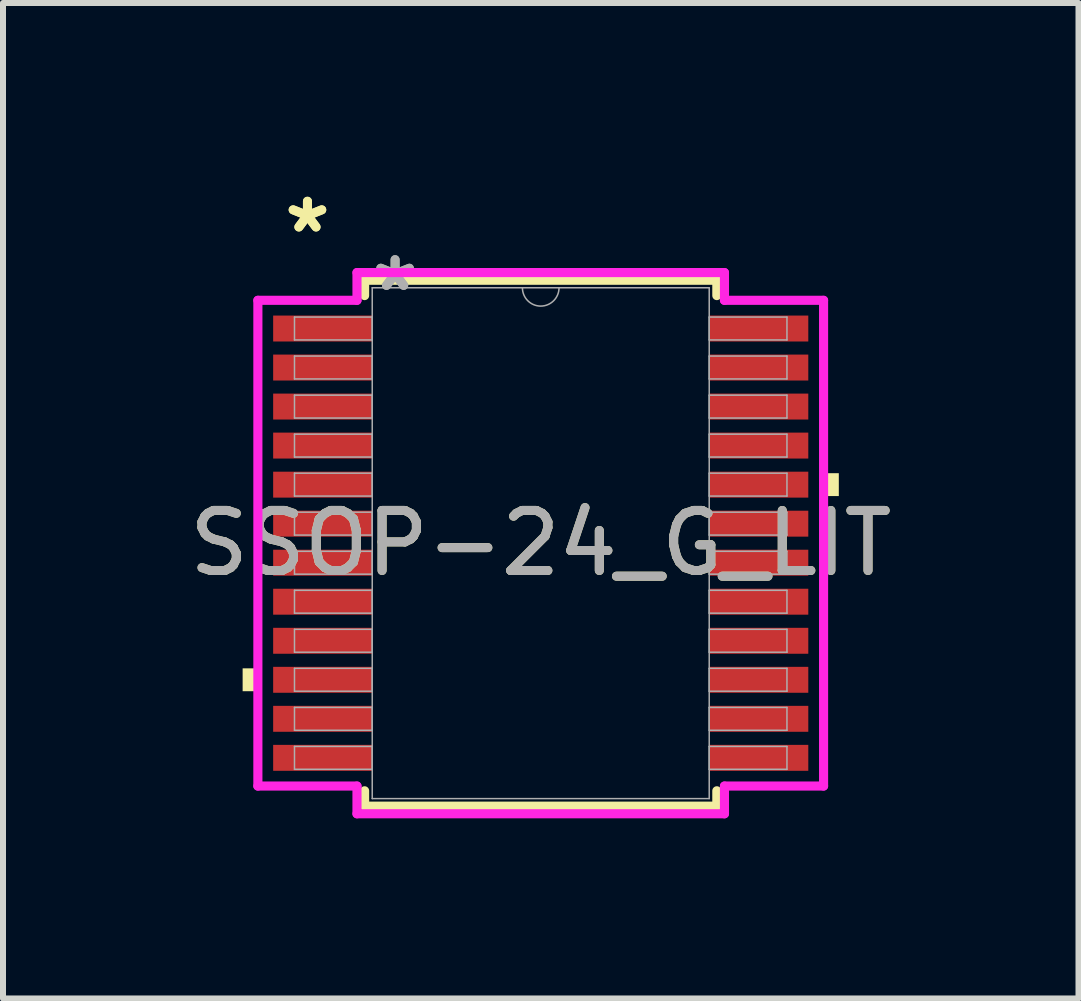
<source format=kicad_pcb>
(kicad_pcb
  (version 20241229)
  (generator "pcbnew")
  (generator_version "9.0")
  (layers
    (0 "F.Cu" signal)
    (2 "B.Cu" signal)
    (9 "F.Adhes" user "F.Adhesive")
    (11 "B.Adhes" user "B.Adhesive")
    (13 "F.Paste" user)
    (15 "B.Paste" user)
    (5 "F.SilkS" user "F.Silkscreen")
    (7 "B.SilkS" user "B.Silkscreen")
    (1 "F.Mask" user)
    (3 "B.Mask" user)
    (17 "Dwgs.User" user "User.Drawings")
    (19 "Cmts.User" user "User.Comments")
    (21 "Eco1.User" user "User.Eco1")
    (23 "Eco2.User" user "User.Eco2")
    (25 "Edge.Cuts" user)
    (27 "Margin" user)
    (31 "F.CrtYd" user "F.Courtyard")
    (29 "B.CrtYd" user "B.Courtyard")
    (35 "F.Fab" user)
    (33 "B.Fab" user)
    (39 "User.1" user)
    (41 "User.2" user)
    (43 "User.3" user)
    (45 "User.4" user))
  (footprint "SSOP-24_G_LIT"
    (layer "F.Cu")
    (at 5.958 5.999)
    (property "Reference" "SSOP-24_G_LIT" (at 0 0 0) (unlocked yes) (layer "F.SilkS") (effects (font (size 1 1) (thickness 0.15))))
    (attr smd)
    (fp_line (start -2.934 -4.381) (end -2.934 -4.125) (stroke (width 0.152) (type solid)) (layer "F.SilkS"))
    (fp_line (start -2.934 4.125) (end -2.934 4.381) (stroke (width 0.152) (type solid)) (layer "F.SilkS"))
    (fp_line (start -2.934 4.381) (end 2.934 4.381) (stroke (width 0.152) (type solid)) (layer "F.SilkS"))
    (fp_line (start 2.934 -4.381) (end -2.934 -4.381) (stroke (width 0.152) (type solid)) (layer "F.SilkS"))
    (fp_line (start 2.934 -4.125) (end 2.934 -4.381) (stroke (width 0.152) (type solid)) (layer "F.SilkS"))
    (fp_line (start 2.934 4.381) (end 2.934 4.125) (stroke (width 0.152) (type solid)) (layer "F.SilkS"))
    (fp_poly (pts (xy -4.966 2.085) (xy -4.966 2.466) (xy -4.712 2.466) (xy -4.712 2.085)) (stroke (width 0) (type solid)) (fill yes) (layer "F.SilkS"))
    (fp_poly (pts (xy 4.966 -1.166) (xy 4.966 -0.785) (xy 4.712 -0.785) (xy 4.712 -1.166)) (stroke (width 0) (type solid)) (fill yes) (layer "F.SilkS"))
    (fp_line (start -4.712 -4.046) (end -3.061 -4.046) (stroke (width 0.152) (type solid)) (layer "F.CrtYd"))
    (fp_line (start -4.712 4.046) (end -4.712 -4.046) (stroke (width 0.152) (type solid)) (layer "F.CrtYd"))
    (fp_line (start -4.712 4.046) (end -3.061 4.046) (stroke (width 0.152) (type solid)) (layer "F.CrtYd"))
    (fp_line (start -3.061 -4.508) (end 3.061 -4.508) (stroke (width 0.152) (type solid)) (layer "F.CrtYd"))
    (fp_line (start -3.061 -4.046) (end -3.061 -4.508) (stroke (width 0.152) (type solid)) (layer "F.CrtYd"))
    (fp_line (start -3.061 4.508) (end -3.061 4.046) (stroke (width 0.152) (type solid)) (layer "F.CrtYd"))
    (fp_line (start 3.061 -4.508) (end 3.061 -4.046) (stroke (width 0.152) (type solid)) (layer "F.CrtYd"))
    (fp_line (start 3.061 4.046) (end 3.061 4.508) (stroke (width 0.152) (type solid)) (layer "F.CrtYd"))
    (fp_line (start 3.061 4.508) (end -3.061 4.508) (stroke (width 0.152) (type solid)) (layer "F.CrtYd"))
    (fp_line (start 4.712 -4.046) (end 3.061 -4.046) (stroke (width 0.152) (type solid)) (layer "F.CrtYd"))
    (fp_line (start 4.712 -4.046) (end 4.712 4.046) (stroke (width 0.152) (type solid)) (layer "F.CrtYd"))
    (fp_line (start 4.712 4.046) (end 3.061 4.046) (stroke (width 0.152) (type solid)) (layer "F.CrtYd"))
    (fp_line (start -4.102 -3.767) (end -4.102 -3.386) (stroke (width 0.025) (type solid)) (layer "F.Fab"))
    (fp_line (start -4.102 -3.386) (end -2.807 -3.386) (stroke (width 0.025) (type solid)) (layer "F.Fab"))
    (fp_line (start -4.102 -3.117) (end -4.102 -2.736) (stroke (width 0.025) (type solid)) (layer "F.Fab"))
    (fp_line (start -4.102 -2.736) (end -2.807 -2.736) (stroke (width 0.025) (type solid)) (layer "F.Fab"))
    (fp_line (start -4.102 -2.466) (end -4.102 -2.085) (stroke (width 0.025) (type solid)) (layer "F.Fab"))
    (fp_line (start -4.102 -2.085) (end -2.807 -2.085) (stroke (width 0.025) (type solid)) (layer "F.Fab"))
    (fp_line (start -4.102 -1.816) (end -4.102 -1.435) (stroke (width 0.025) (type solid)) (layer "F.Fab"))
    (fp_line (start -4.102 -1.435) (end -2.807 -1.435) (stroke (width 0.025) (type solid)) (layer "F.Fab"))
    (fp_line (start -4.102 -1.166) (end -4.102 -0.785) (stroke (width 0.025) (type solid)) (layer "F.Fab"))
    (fp_line (start -4.102 -0.785) (end -2.807 -0.785) (stroke (width 0.025) (type solid)) (layer "F.Fab"))
    (fp_line (start -4.102 -0.516) (end -4.102 -0.135) (stroke (width 0.025) (type solid)) (layer "F.Fab"))
    (fp_line (start -4.102 -0.135) (end -2.807 -0.135) (stroke (width 0.025) (type solid)) (layer "F.Fab"))
    (fp_line (start -4.102 0.135) (end -4.102 0.516) (stroke (width 0.025) (type solid)) (layer "F.Fab"))
    (fp_line (start -4.102 0.516) (end -2.807 0.516) (stroke (width 0.025) (type solid)) (layer "F.Fab"))
    (fp_line (start -4.102 0.785) (end -4.102 1.166) (stroke (width 0.025) (type solid)) (layer "F.Fab"))
    (fp_line (start -4.102 1.166) (end -2.807 1.166) (stroke (width 0.025) (type solid)) (layer "F.Fab"))
    (fp_line (start -4.102 1.435) (end -4.102 1.816) (stroke (width 0.025) (type solid)) (layer "F.Fab"))
    (fp_line (start -4.102 1.816) (end -2.807 1.816) (stroke (width 0.025) (type solid)) (layer "F.Fab"))
    (fp_line (start -4.102 2.085) (end -4.102 2.466) (stroke (width 0.025) (type solid)) (layer "F.Fab"))
    (fp_line (start -4.102 2.466) (end -2.807 2.466) (stroke (width 0.025) (type solid)) (layer "F.Fab"))
    (fp_line (start -4.102 2.736) (end -4.102 3.117) (stroke (width 0.025) (type solid)) (layer "F.Fab"))
    (fp_line (start -4.102 3.117) (end -2.807 3.117) (stroke (width 0.025) (type solid)) (layer "F.Fab"))
    (fp_line (start -4.102 3.386) (end -4.102 3.767) (stroke (width 0.025) (type solid)) (layer "F.Fab"))
    (fp_line (start -4.102 3.767) (end -2.807 3.767) (stroke (width 0.025) (type solid)) (layer "F.Fab"))
    (fp_line (start -2.807 -4.255) (end -2.807 4.255) (stroke (width 0.025) (type solid)) (layer "F.Fab"))
    (fp_line (start -2.807 -3.767) (end -4.102 -3.767) (stroke (width 0.025) (type solid)) (layer "F.Fab"))
    (fp_line (start -2.807 -3.386) (end -2.807 -3.767) (stroke (width 0.025) (type solid)) (layer "F.Fab"))
    (fp_line (start -2.807 -3.117) (end -4.102 -3.117) (stroke (width 0.025) (type solid)) (layer "F.Fab"))
    (fp_line (start -2.807 -2.736) (end -2.807 -3.117) (stroke (width 0.025) (type solid)) (layer "F.Fab"))
    (fp_line (start -2.807 -2.466) (end -4.102 -2.466) (stroke (width 0.025) (type solid)) (layer "F.Fab"))
    (fp_line (start -2.807 -2.085) (end -2.807 -2.466) (stroke (width 0.025) (type solid)) (layer "F.Fab"))
    (fp_line (start -2.807 -1.816) (end -4.102 -1.816) (stroke (width 0.025) (type solid)) (layer "F.Fab"))
    (fp_line (start -2.807 -1.435) (end -2.807 -1.816) (stroke (width 0.025) (type solid)) (layer "F.Fab"))
    (fp_line (start -2.807 -1.166) (end -4.102 -1.166) (stroke (width 0.025) (type solid)) (layer "F.Fab"))
    (fp_line (start -2.807 -0.785) (end -2.807 -1.166) (stroke (width 0.025) (type solid)) (layer "F.Fab"))
    (fp_line (start -2.807 -0.516) (end -4.102 -0.516) (stroke (width 0.025) (type solid)) (layer "F.Fab"))
    (fp_line (start -2.807 -0.135) (end -2.807 -0.516) (stroke (width 0.025) (type solid)) (layer "F.Fab"))
    (fp_line (start -2.807 0.135) (end -4.102 0.135) (stroke (width 0.025) (type solid)) (layer "F.Fab"))
    (fp_line (start -2.807 0.516) (end -2.807 0.135) (stroke (width 0.025) (type solid)) (layer "F.Fab"))
    (fp_line (start -2.807 0.785) (end -4.102 0.785) (stroke (width 0.025) (type solid)) (layer "F.Fab"))
    (fp_line (start -2.807 1.166) (end -2.807 0.785) (stroke (width 0.025) (type solid)) (layer "F.Fab"))
    (fp_line (start -2.807 1.435) (end -4.102 1.435) (stroke (width 0.025) (type solid)) (layer "F.Fab"))
    (fp_line (start -2.807 1.816) (end -2.807 1.435) (stroke (width 0.025) (type solid)) (layer "F.Fab"))
    (fp_line (start -2.807 2.085) (end -4.102 2.085) (stroke (width 0.025) (type solid)) (layer "F.Fab"))
    (fp_line (start -2.807 2.466) (end -2.807 2.085) (stroke (width 0.025) (type solid)) (layer "F.Fab"))
    (fp_line (start -2.807 2.736) (end -4.102 2.736) (stroke (width 0.025) (type solid)) (layer "F.Fab"))
    (fp_line (start -2.807 3.117) (end -2.807 2.736) (stroke (width 0.025) (type solid)) (layer "F.Fab"))
    (fp_line (start -2.807 3.386) (end -4.102 3.386) (stroke (width 0.025) (type solid)) (layer "F.Fab"))
    (fp_line (start -2.807 3.767) (end -2.807 3.386) (stroke (width 0.025) (type solid)) (layer "F.Fab"))
    (fp_line (start -2.807 4.255) (end 2.807 4.255) (stroke (width 0.025) (type solid)) (layer "F.Fab"))
    (fp_line (start 2.807 -4.255) (end -2.807 -4.255) (stroke (width 0.025) (type solid)) (layer "F.Fab"))
    (fp_line (start 2.807 -3.767) (end 2.807 -3.386) (stroke (width 0.025) (type solid)) (layer "F.Fab"))
    (fp_line (start 2.807 -3.386) (end 4.102 -3.386) (stroke (width 0.025) (type solid)) (layer "F.Fab"))
    (fp_line (start 2.807 -3.117) (end 2.807 -2.736) (stroke (width 0.025) (type solid)) (layer "F.Fab"))
    (fp_line (start 2.807 -2.736) (end 4.102 -2.736) (stroke (width 0.025) (type solid)) (layer "F.Fab"))
    (fp_line (start 2.807 -2.466) (end 2.807 -2.085) (stroke (width 0.025) (type solid)) (layer "F.Fab"))
    (fp_line (start 2.807 -2.085) (end 4.102 -2.085) (stroke (width 0.025) (type solid)) (layer "F.Fab"))
    (fp_line (start 2.807 -1.816) (end 2.807 -1.435) (stroke (width 0.025) (type solid)) (layer "F.Fab"))
    (fp_line (start 2.807 -1.435) (end 4.102 -1.435) (stroke (width 0.025) (type solid)) (layer "F.Fab"))
    (fp_line (start 2.807 -1.166) (end 2.807 -0.785) (stroke (width 0.025) (type solid)) (layer "F.Fab"))
    (fp_line (start 2.807 -0.785) (end 4.102 -0.785) (stroke (width 0.025) (type solid)) (layer "F.Fab"))
    (fp_line (start 2.807 -0.516) (end 2.807 -0.135) (stroke (width 0.025) (type solid)) (layer "F.Fab"))
    (fp_line (start 2.807 -0.135) (end 4.102 -0.135) (stroke (width 0.025) (type solid)) (layer "F.Fab"))
    (fp_line (start 2.807 0.135) (end 2.807 0.516) (stroke (width 0.025) (type solid)) (layer "F.Fab"))
    (fp_line (start 2.807 0.516) (end 4.102 0.516) (stroke (width 0.025) (type solid)) (layer "F.Fab"))
    (fp_line (start 2.807 0.785) (end 2.807 1.166) (stroke (width 0.025) (type solid)) (layer "F.Fab"))
    (fp_line (start 2.807 1.166) (end 4.102 1.166) (stroke (width 0.025) (type solid)) (layer "F.Fab"))
    (fp_line (start 2.807 1.435) (end 2.807 1.816) (stroke (width 0.025) (type solid)) (layer "F.Fab"))
    (fp_line (start 2.807 1.816) (end 4.102 1.816) (stroke (width 0.025) (type solid)) (layer "F.Fab"))
    (fp_line (start 2.807 2.085) (end 2.807 2.466) (stroke (width 0.025) (type solid)) (layer "F.Fab"))
    (fp_line (start 2.807 2.466) (end 4.102 2.466) (stroke (width 0.025) (type solid)) (layer "F.Fab"))
    (fp_line (start 2.807 2.736) (end 2.807 3.117) (stroke (width 0.025) (type solid)) (layer "F.Fab"))
    (fp_line (start 2.807 3.117) (end 4.102 3.117) (stroke (width 0.025) (type solid)) (layer "F.Fab"))
    (fp_line (start 2.807 3.386) (end 2.807 3.767) (stroke (width 0.025) (type solid)) (layer "F.Fab"))
    (fp_line (start 2.807 3.767) (end 4.102 3.767) (stroke (width 0.025) (type solid)) (layer "F.Fab"))
    (fp_line (start 2.807 4.255) (end 2.807 -4.255) (stroke (width 0.025) (type solid)) (layer "F.Fab"))
    (fp_line (start 4.102 -3.767) (end 2.807 -3.767) (stroke (width 0.025) (type solid)) (layer "F.Fab"))
    (fp_line (start 4.102 -3.386) (end 4.102 -3.767) (stroke (width 0.025) (type solid)) (layer "F.Fab"))
    (fp_line (start 4.102 -3.117) (end 2.807 -3.117) (stroke (width 0.025) (type solid)) (layer "F.Fab"))
    (fp_line (start 4.102 -2.736) (end 4.102 -3.117) (stroke (width 0.025) (type solid)) (layer "F.Fab"))
    (fp_line (start 4.102 -2.466) (end 2.807 -2.466) (stroke (width 0.025) (type solid)) (layer "F.Fab"))
    (fp_line (start 4.102 -2.085) (end 4.102 -2.466) (stroke (width 0.025) (type solid)) (layer "F.Fab"))
    (fp_line (start 4.102 -1.816) (end 2.807 -1.816) (stroke (width 0.025) (type solid)) (layer "F.Fab"))
    (fp_line (start 4.102 -1.435) (end 4.102 -1.816) (stroke (width 0.025) (type solid)) (layer "F.Fab"))
    (fp_line (start 4.102 -1.166) (end 2.807 -1.166) (stroke (width 0.025) (type solid)) (layer "F.Fab"))
    (fp_line (start 4.102 -0.785) (end 4.102 -1.166) (stroke (width 0.025) (type solid)) (layer "F.Fab"))
    (fp_line (start 4.102 -0.516) (end 2.807 -0.516) (stroke (width 0.025) (type solid)) (layer "F.Fab"))
    (fp_line (start 4.102 -0.135) (end 4.102 -0.516) (stroke (width 0.025) (type solid)) (layer "F.Fab"))
    (fp_line (start 4.102 0.135) (end 2.807 0.135) (stroke (width 0.025) (type solid)) (layer "F.Fab"))
    (fp_line (start 4.102 0.516) (end 4.102 0.135) (stroke (width 0.025) (type solid)) (layer "F.Fab"))
    (fp_line (start 4.102 0.785) (end 2.807 0.785) (stroke (width 0.025) (type solid)) (layer "F.Fab"))
    (fp_line (start 4.102 1.166) (end 4.102 0.785) (stroke (width 0.025) (type solid)) (layer "F.Fab"))
    (fp_line (start 4.102 1.435) (end 2.807 1.435) (stroke (width 0.025) (type solid)) (layer "F.Fab"))
    (fp_line (start 4.102 1.816) (end 4.102 1.435) (stroke (width 0.025) (type solid)) (layer "F.Fab"))
    (fp_line (start 4.102 2.085) (end 2.807 2.085) (stroke (width 0.025) (type solid)) (layer "F.Fab"))
    (fp_line (start 4.102 2.466) (end 4.102 2.085) (stroke (width 0.025) (type solid)) (layer "F.Fab"))
    (fp_line (start 4.102 2.736) (end 2.807 2.736) (stroke (width 0.025) (type solid)) (layer "F.Fab"))
    (fp_line (start 4.102 3.117) (end 4.102 2.736) (stroke (width 0.025) (type solid)) (layer "F.Fab"))
    (fp_line (start 4.102 3.386) (end 2.807 3.386) (stroke (width 0.025) (type solid)) (layer "F.Fab"))
    (fp_line (start 4.102 3.767) (end 4.102 3.386) (stroke (width 0.025) (type solid)) (layer "F.Fab"))
    (fp_arc (start 0.3048 -4.2545) (mid 0 -3.9497) (end -0.3048 -4.2545) (stroke (width 0.0254) (type solid)) (layer "F.Fab"))
    (fp_text user "*" (at -3.886 -5.151 0) (layer "F.SilkS") (effects (font (size 1 1) (thickness 0.15))))
    (fp_text user "*" (at -3.886 -5.151 0) (unlocked yes) (layer "F.SilkS") (effects (font (size 1 1) (thickness 0.15))))
    (fp_text user "${REFERENCE}" (at 0 0 0) (unlocked yes) (layer "F.Fab") (effects (font (size 1 1) (thickness 0.15))))
    (fp_text user "*" (at -2.426 -4.178 0) (unlocked yes) (layer "F.Fab") (effects (font (size 1 1) (thickness 0.15))))
    (fp_text user "*" (at -2.426 -4.178 0) (layer "F.Fab") (effects (font (size 1 1) (thickness 0.15))))
    (pad "1" smd rect (at -3.632 -3.576) (size 1.651 0.432) (layers "F.Cu" "F.Mask" "F.Paste"))
    (pad "2" smd rect (at -3.632 -2.926) (size 1.651 0.432) (layers "F.Cu" "F.Mask" "F.Paste"))
    (pad "3" smd rect (at -3.632 -2.276) (size 1.651 0.432) (layers "F.Cu" "F.Mask" "F.Paste"))
    (pad "4" smd rect (at -3.632 -1.626) (size 1.651 0.432) (layers "F.Cu" "F.Mask" "F.Paste"))
    (pad "5" smd rect (at -3.632 -0.975) (size 1.651 0.432) (layers "F.Cu" "F.Mask" "F.Paste"))
    (pad "6" smd rect (at -3.632 -0.325) (size 1.651 0.432) (layers "F.Cu" "F.Mask" "F.Paste"))
    (pad "7" smd rect (at -3.632 0.325) (size 1.651 0.432) (layers "F.Cu" "F.Mask" "F.Paste"))
    (pad "8" smd rect (at -3.632 0.975) (size 1.651 0.432) (layers "F.Cu" "F.Mask" "F.Paste"))
    (pad "9" smd rect (at -3.632 1.626) (size 1.651 0.432) (layers "F.Cu" "F.Mask" "F.Paste"))
    (pad "10" smd rect (at -3.632 2.276) (size 1.651 0.432) (layers "F.Cu" "F.Mask" "F.Paste"))
    (pad "11" smd rect (at -3.632 2.926) (size 1.651 0.432) (layers "F.Cu" "F.Mask" "F.Paste"))
    (pad "12" smd rect (at -3.632 3.576) (size 1.651 0.432) (layers "F.Cu" "F.Mask" "F.Paste"))
    (pad "13" smd rect (at 3.632 3.576) (size 1.651 0.432) (layers "F.Cu" "F.Mask" "F.Paste"))
    (pad "14" smd rect (at 3.632 2.926) (size 1.651 0.432) (layers "F.Cu" "F.Mask" "F.Paste"))
    (pad "15" smd rect (at 3.632 2.276) (size 1.651 0.432) (layers "F.Cu" "F.Mask" "F.Paste"))
    (pad "16" smd rect (at 3.632 1.626) (size 1.651 0.432) (layers "F.Cu" "F.Mask" "F.Paste"))
    (pad "17" smd rect (at 3.632 0.975) (size 1.651 0.432) (layers "F.Cu" "F.Mask" "F.Paste"))
    (pad "18" smd rect (at 3.632 0.325) (size 1.651 0.432) (layers "F.Cu" "F.Mask" "F.Paste"))
    (pad "19" smd rect (at 3.632 -0.325) (size 1.651 0.432) (layers "F.Cu" "F.Mask" "F.Paste"))
    (pad "20" smd rect (at 3.632 -0.975) (size 1.651 0.432) (layers "F.Cu" "F.Mask" "F.Paste"))
    (pad "21" smd rect (at 3.632 -1.626) (size 1.651 0.432) (layers "F.Cu" "F.Mask" "F.Paste"))
    (pad "22" smd rect (at 3.632 -2.276) (size 1.651 0.432) (layers "F.Cu" "F.Mask" "F.Paste"))
    (pad "23" smd rect (at 3.632 -2.926) (size 1.651 0.432) (layers "F.Cu" "F.Mask" "F.Paste"))
    (pad "24" smd rect (at 3.632 -3.576) (size 1.651 0.432) (layers "F.Cu" "F.Mask" "F.Paste")))
  (gr_rect
    (start -3 -3)
    (end 14.917 13.584)
    (stroke (width 0.1) (type default))
    (fill no)
    (layer "Edge.Cuts")))
</source>
